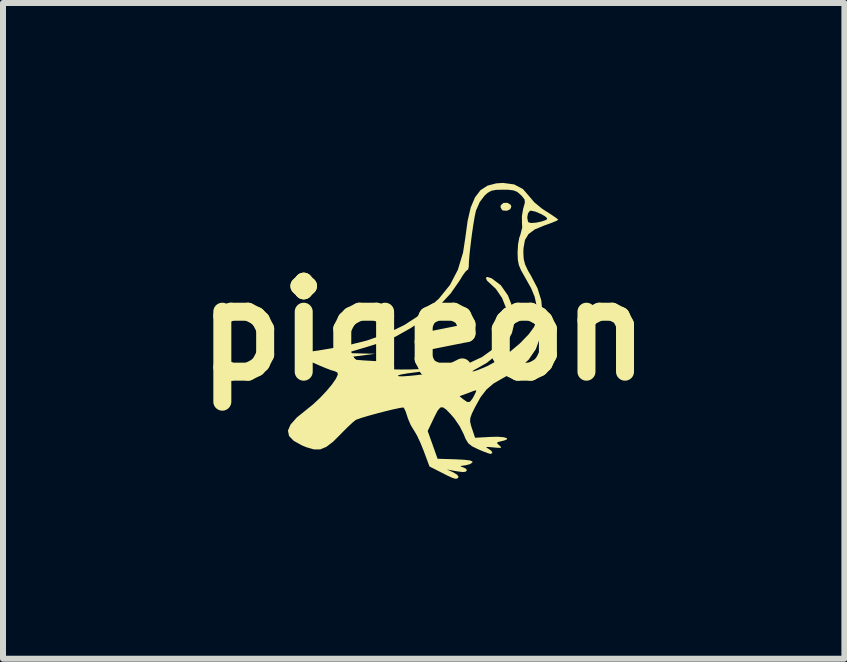
<source format=kicad_pcb>
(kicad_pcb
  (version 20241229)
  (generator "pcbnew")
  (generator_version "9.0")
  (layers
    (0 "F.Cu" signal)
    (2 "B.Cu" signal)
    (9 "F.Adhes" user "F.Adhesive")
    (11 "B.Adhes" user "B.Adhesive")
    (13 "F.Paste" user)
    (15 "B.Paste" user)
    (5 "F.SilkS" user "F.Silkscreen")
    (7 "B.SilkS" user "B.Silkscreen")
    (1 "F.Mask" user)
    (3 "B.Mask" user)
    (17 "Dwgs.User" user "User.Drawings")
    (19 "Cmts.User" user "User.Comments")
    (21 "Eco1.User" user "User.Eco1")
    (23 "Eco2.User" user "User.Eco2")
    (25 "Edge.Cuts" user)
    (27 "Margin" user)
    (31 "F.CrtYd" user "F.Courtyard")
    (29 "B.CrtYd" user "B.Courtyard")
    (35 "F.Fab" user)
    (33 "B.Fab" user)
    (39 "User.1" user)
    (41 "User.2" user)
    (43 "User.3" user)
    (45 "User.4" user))
  (footprint "pigeon"
    (layer "F.Cu")
    (at 4.014 2.469)
    (property "Reference" "pigeon" (at 0 0 0) (layer "F.SilkS") (effects (font (size 1.5 1.5) (thickness 0.3))))
    (attr board_only exclude_from_pos_files exclude_from_bom)
    (fp_poly (pts (xy 0.436 0.549) (xy 0.42 0.565) (xy 0.403 0.549) (xy 0.42 0.533)) (stroke (width 0) (type solid)) (fill yes) (layer "F.SilkS"))
    (fp_poly (pts (xy -0.672 0.35) (xy -0.677 0.369) (xy -0.694 0.371) (xy -0.72 0.359) (xy -0.715 0.35) (xy -0.677 0.346)) (stroke (width 0) (type solid)) (fill yes) (layer "F.SilkS"))
    (fp_poly (pts (xy 0.328 0.576) (xy 0.324 0.595) (xy 0.307 0.597) (xy 0.28 0.585) (xy 0.285 0.576) (xy 0.323 0.572)) (stroke (width 0) (type solid)) (fill yes) (layer "F.SilkS"))
    (fp_poly (pts (xy 1.447 -2.108) (xy 1.462 -2.078) (xy 1.444 -2.031) (xy 1.39 -2.005) (xy 1.324 -2.009) (xy 1.306 -2.018) (xy 1.281 -2.065) (xy 1.286 -2.097) (xy 1.329 -2.135) (xy 1.392 -2.138)) (stroke (width 0) (type solid)) (fill yes) (layer "F.SilkS"))
    (fp_poly (pts (xy 1.509 -2.444) (xy 1.655 -2.367) (xy 1.761 -2.245) (xy 1.845 -2.146) (xy 1.969 -2.043) (xy 2.041 -1.996) (xy 2.139 -1.933) (xy 2.211 -1.884) (xy 2.243 -1.856) (xy 2.243 -1.855) (xy 2.215 -1.837) (xy 2.14 -1.806) (xy 2.034 -1.767) (xy 2.013 -1.76) (xy 1.853 -1.694) (xy 1.749 -1.617) (xy 1.689 -1.518) (xy 1.665 -1.382) (xy 1.662 -1.307) (xy 1.668 -1.201) (xy 1.691 -1.11) (xy 1.738 -1.009) (xy 1.789 -0.923) (xy 1.898 -0.714) (xy 1.961 -0.51) (xy 1.982 -0.287) (xy 1.978 -0.15) (xy 1.945 0.096) (xy 1.87 0.303) (xy 1.75 0.479) (xy 1.577 0.633) (xy 1.346 0.772) (xy 1.323 0.784) (xy 1.167 0.874) (xy 1.048 0.975) (xy 0.948 1.105) (xy 0.857 1.269) (xy 0.804 1.377) (xy 0.778 1.45) (xy 0.774 1.508) (xy 0.789 1.575) (xy 0.806 1.627) (xy 0.857 1.78) (xy 1.11 1.766) (xy 1.237 1.763) (xy 1.331 1.771) (xy 1.385 1.785) (xy 1.391 1.805) (xy 1.343 1.826) (xy 1.301 1.836) (xy 1.234 1.852) (xy 1.223 1.871) (xy 1.26 1.906) (xy 1.261 1.907) (xy 1.292 1.936) (xy 1.285 1.948) (xy 1.23 1.947) (xy 1.162 1.941) (xy 1.073 1.933) (xy 1.041 1.937) (xy 1.059 1.952) (xy 1.073 1.959) (xy 1.129 1.998) (xy 1.146 2.034) (xy 1.116 2.049) (xy 1.114 2.049) (xy 1.07 2.037) (xy 0.987 2.005) (xy 0.908 1.972) (xy 0.806 1.922) (xy 0.743 1.871) (xy 0.699 1.799) (xy 0.668 1.722) (xy 0.603 1.593) (xy 0.511 1.457) (xy 0.454 1.391) (xy 0.377 1.311) (xy 0.321 1.272) (xy 0.277 1.276) (xy 0.233 1.328) (xy 0.179 1.432) (xy 0.141 1.512) (xy 0.067 1.667) (xy 0.15 1.899) (xy 0.232 2.13) (xy 0.53 2.139) (xy 0.68 2.147) (xy 0.772 2.158) (xy 0.812 2.175) (xy 0.815 2.188) (xy 0.777 2.218) (xy 0.702 2.238) (xy 0.691 2.24) (xy 0.624 2.249) (xy 0.616 2.259) (xy 0.655 2.272) (xy 0.709 2.298) (xy 0.72 2.324) (xy 0.7 2.346) (xy 0.652 2.352) (xy 0.561 2.34) (xy 0.5 2.33) (xy 0.387 2.308) (xy 0.494 2.357) (xy 0.558 2.396) (xy 0.582 2.432) (xy 0.581 2.437) (xy 0.56 2.46) (xy 0.53 2.464) (xy 0.475 2.447) (xy 0.384 2.405) (xy 0.304 2.364) (xy 0.097 2.259) (xy -0.000001 1.998) (xy -0.053 1.867) (xy -0.108 1.749) (xy -0.155 1.667) (xy -0.165 1.653) (xy -0.216 1.568) (xy -0.263 1.458) (xy -0.274 1.422) (xy -0.303 1.335) (xy -0.33 1.283) (xy -0.34 1.275) (xy -0.401 1.283) (xy -0.506 1.306) (xy -0.638 1.338) (xy -0.781 1.375) (xy -0.919 1.413) (xy -1.036 1.448) (xy -1.114 1.475) (xy -1.135 1.485) (xy -1.191 1.531) (xy -1.273 1.608) (xy -1.366 1.701) (xy -1.376 1.712) (xy -1.511 1.847) (xy -1.623 1.932) (xy -1.725 1.974) (xy -1.831 1.974) (xy -1.955 1.938) (xy -2.03 1.907) (xy -2.167 1.831) (xy -2.245 1.75) (xy -2.263 1.66) (xy -2.219 1.559) (xy -2.116 1.443) (xy -1.97 1.325) (xy -1.848 1.226) (xy -1.728 1.115) (xy -1.702 1.087) (xy 0.598 1.087) (xy 0.67 1.146) (xy 0.729 1.185) (xy 0.772 1.18) (xy 0.815 1.125) (xy 0.843 1.074) (xy 0.874 1.009) (xy 0.874 0.988) (xy 0.84 0.997) (xy 0.834 0.999) (xy 0.758 1.028) (xy 0.686 1.055) (xy 0.598 1.087) (xy -1.702 1.087) (xy -1.619 0.999) (xy -1.528 0.89) (xy -1.463 0.796) (xy -1.431 0.726) (xy -1.434 0.713) (xy -0.76 0.713) (xy -0.716 0.718) (xy -0.694 0.719) (xy -0.635 0.715) (xy -0.628 0.707) (xy -0.637 0.704) (xy -0.719 0.699) (xy -0.75 0.704) (xy -0.76 0.713) (xy -1.434 0.713) (xy -1.439 0.691) (xy -1.48 0.672) (xy -0.974 0.672) (xy -0.969 0.692) (xy -0.952 0.694) (xy -0.926 0.682) (xy -0.931 0.672) (xy -0.969 0.669) (xy -0.974 0.672) (xy -1.48 0.672) (xy -1.495 0.666) (xy -1.513 0.662) (xy -1.553 0.65) (xy -1.578 0.64) (xy -1.167 0.64) (xy -1.163 0.659) (xy -1.146 0.662) (xy -1.119 0.65) (xy -1.124 0.64) (xy -1.163 0.636) (xy -1.167 0.64) (xy -1.578 0.64) (xy -1.633 0.619) (xy -1.738 0.575) (xy -1.81 0.543) (xy -1.2 0.543) (xy -1.195 0.562) (xy -1.178 0.565) (xy -1.151 0.553) (xy -1.157 0.543) (xy -1.195 0.539) (xy -1.2 0.543) (xy -1.81 0.543) (xy -1.855 0.524) (xy -1.968 0.473) (xy -2.009 0.454) (xy -1.388 0.454) (xy -1.162 0.477) (xy -1.005 0.49) (xy -0.835 0.5) (xy -0.726 0.504) (xy -0.516 0.509) (xy -0.771 0.536) (xy -0.892 0.55) (xy -0.986 0.564) (xy -1.036 0.575) (xy -1.04 0.577) (xy -1.027 0.594) (xy -0.962 0.61) (xy -0.853 0.623) (xy -0.714 0.633) (xy -0.554 0.639) (xy -0.385 0.642) (xy -0.218 0.641) (xy -0.064 0.635) (xy 0.066 0.624) (xy 0.081 0.622) (xy 0.175 0.612) (xy 0.208 0.614) (xy 0.185 0.629) (xy 0.182 0.63) (xy 0.114 0.649) (xy 0.004 0.67) (xy -0.127 0.688) (xy -0.151 0.691) (xy -0.274 0.707) (xy -0.371 0.724) (xy -0.425 0.739) (xy -0.43 0.742) (xy -0.416 0.754) (xy -0.352 0.756) (xy -0.248 0.749) (xy -0.116 0.736) (xy 0.03 0.717) (xy 0.075 0.71) (xy 0.662 0.71) (xy 0.678 0.726) (xy 0.694 0.71) (xy 0.678 0.694) (xy 0.662 0.71) (xy 0.075 0.71) (xy 0.18 0.694) (xy 0.321 0.668) (xy 0.423 0.645) (xy 0.726 0.55) (xy 0.976 0.432) (xy 1.17 0.292) (xy 1.308 0.132) (xy 1.386 -0.045) (xy 1.404 -0.194) (xy 1.378 -0.373) (xy 1.307 -0.551) (xy 1.203 -0.703) (xy 1.127 -0.774) (xy 1.058 -0.838) (xy 1.036 -0.884) (xy 1.058 -0.902) (xy 1.125 -0.882) (xy 1.14 -0.874) (xy 1.287 -0.762) (xy 1.405 -0.593) (xy 1.491 -0.373) (xy 1.502 -0.33) (xy 1.516 -0.151) (xy 1.472 0.034) (xy 1.376 0.216) (xy 1.235 0.384) (xy 1.053 0.531) (xy 0.915 0.61) (xy 0.836 0.653) (xy 0.811 0.673) (xy 0.833 0.673) (xy 0.896 0.653) (xy 0.992 0.615) (xy 1.065 0.583) (xy 1.241 0.486) (xy 1.428 0.355) (xy 1.604 0.207) (xy 1.746 0.06) (xy 1.762 0.04) (xy 1.835 -0.059) (xy 1.873 -0.139) (xy 1.887 -0.227) (xy 1.888 -0.286) (xy 1.88 -0.437) (xy 1.85 -0.572) (xy 1.793 -0.711) (xy 1.7 -0.877) (xy 1.695 -0.886) (xy 1.627 -1.005) (xy 1.588 -1.096) (xy 1.57 -1.185) (xy 1.566 -1.298) (xy 1.566 -1.309) (xy 1.573 -1.439) (xy 1.593 -1.551) (xy 1.612 -1.605) (xy 1.643 -1.725) (xy 1.639 -1.809) (xy 1.638 -1.892) (xy 1.727 -1.892) (xy 1.739 -1.826) (xy 1.75 -1.811) (xy 1.796 -1.801) (xy 1.877 -1.807) (xy 1.967 -1.826) (xy 2.042 -1.852) (xy 2.047 -1.855) (xy 2.06 -1.879) (xy 2.022 -1.914) (xy 1.955 -1.951) (xy 1.865 -1.99) (xy 1.793 -2.006) (xy 1.772 -2.004) (xy 1.739 -1.962) (xy 1.727 -1.892) (xy 1.638 -1.892) (xy 1.638 -1.917) (xy 1.658 -2.035) (xy 1.663 -2.053) (xy 1.687 -2.138) (xy 1.683 -2.191) (xy 1.643 -2.244) (xy 1.619 -2.269) (xy 1.562 -2.318) (xy 1.5 -2.344) (xy 1.412 -2.355) (xy 1.325 -2.356) (xy 1.206 -2.353) (xy 1.128 -2.338) (xy 1.068 -2.304) (xy 1.018 -2.26) (xy 0.936 -2.152) (xy 0.875 -2.014) (xy 0.871 -2.002) (xy 0.851 -1.91) (xy 0.828 -1.773) (xy 0.804 -1.611) (xy 0.783 -1.441) (xy 0.765 -1.281) (xy 0.754 -1.15) (xy 0.752 -1.073) (xy 0.741 -1.025) (xy 0.727 -1.017) (xy 0.698 -0.991) (xy 0.649 -0.923) (xy 0.593 -0.831) (xy 0.452 -0.629) (xy 0.263 -0.424) (xy 0.038 -0.228) (xy -0.208 -0.053) (xy -0.462 0.09) (xy -0.523 0.118) (xy -0.624 0.158) (xy -0.764 0.208) (xy -0.919 0.257) (xy -0.984 0.277) (xy -1.291 0.367) (xy -1.049 0.374) (xy -0.807 0.38) (xy -1.097 0.417) (xy -1.388 0.454) (xy -2.009 0.454) (xy -2.062 0.429) (xy -2.124 0.398) (xy -2.139 0.386) (xy -2.106 0.378) (xy -2.021 0.364) (xy -1.898 0.345) (xy -1.75 0.324) (xy -1.322 0.252) (xy -0.948 0.159) (xy -0.617 0.043) (xy -0.322 -0.1) (xy -0.054 -0.274) (xy 0.014 -0.325) (xy 0.256 -0.542) (xy 0.44 -0.77) (xy 0.571 -1.023) (xy 0.657 -1.309) (xy 0.695 -1.56) (xy 0.733 -1.839) (xy 0.785 -2.061) (xy 0.856 -2.228) (xy 0.947 -2.348) (xy 1.065 -2.424) (xy 1.21 -2.462) (xy 1.325 -2.469)) (stroke (width 0) (type solid)) (fill yes) (layer "F.SilkS")))
  (gr_rect
    (start -3 -3)
    (end 11.029 7.933)
    (stroke (width 0.1) (type default))
    (fill no)
    (layer "Edge.Cuts")))
</source>
